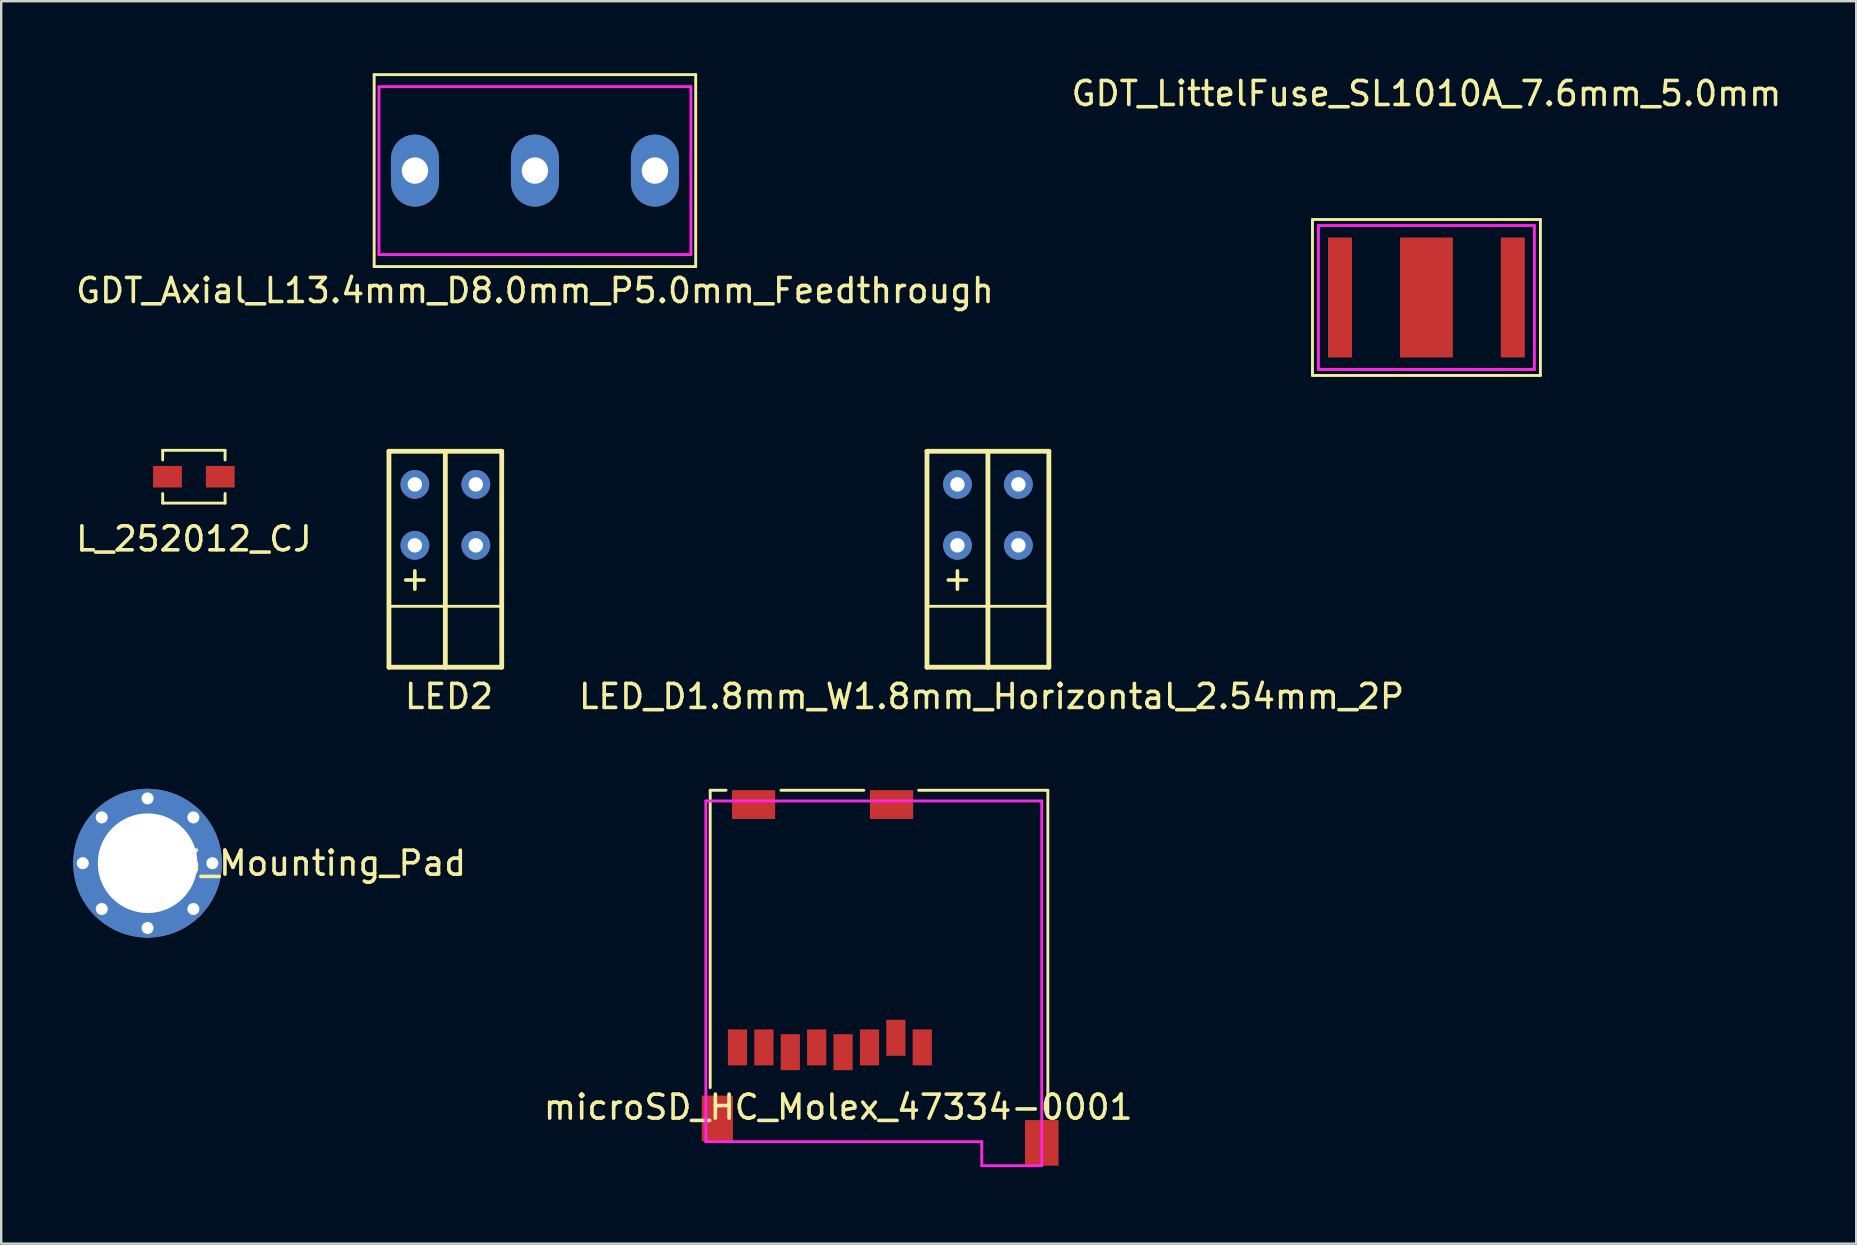
<source format=kicad_pcb>
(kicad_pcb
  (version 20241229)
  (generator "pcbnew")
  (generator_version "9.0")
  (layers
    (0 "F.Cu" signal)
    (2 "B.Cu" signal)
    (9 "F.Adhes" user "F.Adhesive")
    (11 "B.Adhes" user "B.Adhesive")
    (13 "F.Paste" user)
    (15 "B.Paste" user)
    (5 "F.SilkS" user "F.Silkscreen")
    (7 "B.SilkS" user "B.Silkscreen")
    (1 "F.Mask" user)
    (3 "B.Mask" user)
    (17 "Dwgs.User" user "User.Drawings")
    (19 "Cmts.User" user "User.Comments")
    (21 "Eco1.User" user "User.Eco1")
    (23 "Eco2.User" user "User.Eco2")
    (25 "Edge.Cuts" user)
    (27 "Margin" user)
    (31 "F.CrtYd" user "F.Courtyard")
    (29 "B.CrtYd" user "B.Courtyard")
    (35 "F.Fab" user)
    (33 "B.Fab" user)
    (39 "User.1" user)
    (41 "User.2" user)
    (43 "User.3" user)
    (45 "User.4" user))
  (footprint "LED_D1.8mm_W1.8mm_Horizontal_2.54mm_2P"
    (layer "F.Cu")
    (at 38.123 24.758)
    (property "Reference" "LED_D1.8mm_W1.8mm_Horizontal_2.54mm_2P" (at 0.152 1.219 0) (layer "F.SilkS") (effects (font (size 1 1) (thickness 0.15))))
    (attr through_hole)
    (fp_line (start -2.54 -9) (end 2.54 -9) (stroke (width 0.2) (type solid)) (layer "F.SilkS"))
    (fp_line (start -2.54 -2.54) (end 2.54 -2.54) (stroke (width 0.12) (type solid)) (layer "F.SilkS"))
    (fp_line (start -2.54 0) (end -2.54 -9) (stroke (width 0.2) (type solid)) (layer "F.SilkS"))
    (fp_line (start -2.54 0) (end 2.54 0) (stroke (width 0.2) (type solid)) (layer "F.SilkS"))
    (fp_line (start 0 0) (end 0 -9) (stroke (width 0.2) (type solid)) (layer "F.SilkS"))
    (fp_line (start 2.54 0) (end 2.54 -9) (stroke (width 0.2) (type solid)) (layer "F.SilkS"))
    (fp_text user "+" (at -1.27 -3.708 0) (layer "F.SilkS") (effects (font (size 1 1) (thickness 0.15))))
    (pad "1" thru_hole circle (at 1.27 -5.08) (size 1.2 1.2) (drill 0.6) (layers "*.Cu" "*.Mask"))
    (pad "2" thru_hole circle (at -1.27 -5.08) (size 1.2 1.2) (drill 0.6) (layers "*.Cu" "*.Mask"))
    (pad "3" thru_hole circle (at 1.27 -7.62) (size 1.2 1.2) (drill 0.6) (layers "*.Cu" "*.Mask"))
    (pad "4" thru_hole circle (at -1.27 -7.62) (size 1.2 1.2) (drill 0.6) (layers "*.Cu" "*.Mask")))
  (footprint "L_252012_CJ"
    (layer "F.Cu")
    (at 5.03 16.818)
    (property "Reference" "L_252012_CJ" (at 0 2.591 0) (layer "F.SilkS") (effects (font (size 1 1) (thickness 0.15))))
    (attr through_hole)
    (fp_line (start -1.3 -1.1) (end -1.3 -0.7) (stroke (width 0.12) (type solid)) (layer "F.SilkS"))
    (fp_line (start -1.3 1.1) (end -1.3 0.7) (stroke (width 0.12) (type solid)) (layer "F.SilkS"))
    (fp_line (start -1.3 1.1) (end 1.3 1.1) (stroke (width 0.12) (type solid)) (layer "F.SilkS"))
    (fp_line (start 1.3 -1.1) (end -1.3 -1.1) (stroke (width 0.12) (type solid)) (layer "F.SilkS"))
    (fp_line (start 1.3 -1.1) (end 1.3 -0.7) (stroke (width 0.12) (type solid)) (layer "F.SilkS"))
    (fp_line (start 1.3 1.1) (end 1.3 0.7) (stroke (width 0.12) (type solid)) (layer "F.SilkS"))
    (pad "1" smd rect (at -1.1 0) (size 1.2 0.9) (layers "F.Cu" "F.Mask" "F.Paste"))
    (pad "2" smd rect (at 1.1 0) (size 1.2 0.9) (layers "F.Cu" "F.Mask" "F.Paste")))
  (footprint "M3_Mounting_Pad"
    (layer "F.Cu")
    (at 3.1 32.926)
    (property "Reference" "M3_Mounting_Pad" (at 6.7 0 0) (layer "F.SilkS") (effects (font (size 1 1) (thickness 0.15))))
    (attr through_hole)
    (fp_circle (center -2.402 -0.995) (end -2.152 -0.995) (stroke (width 0.5) (type solid)) (fill no) (layer "F.Paste"))
    (fp_circle (center -2.402 0.995) (end -2.152 0.995) (stroke (width 0.5) (type solid)) (fill no) (layer "F.Paste"))
    (fp_circle (center -0.995 -2.402) (end -0.745 -2.402) (stroke (width 0.5) (type solid)) (fill no) (layer "F.Paste"))
    (fp_circle (center -0.995 2.402) (end -0.745 2.402) (stroke (width 0.5) (type solid)) (fill no) (layer "F.Paste"))
    (fp_circle (center 0.995 -2.402) (end 1.245 -2.402) (stroke (width 0.5) (type solid)) (fill no) (layer "F.Paste"))
    (fp_circle (center 0.995 2.402) (end 1.245 2.402) (stroke (width 0.5) (type solid)) (fill no) (layer "F.Paste"))
    (fp_circle (center 2.402 -0.995) (end 2.652 -0.995) (stroke (width 0.5) (type solid)) (fill no) (layer "F.Paste"))
    (fp_circle (center 2.402 0.995) (end 2.652 0.995) (stroke (width 0.5) (type solid)) (fill no) (layer "F.Paste"))
    (pad "1" thru_hole circle (at -2.7 0) (size 0.8 0.8) (drill 0.5) (layers "*.Cu" "*.Mask"))
    (pad "1" thru_hole circle (at -1.909 -1.909) (size 0.8 0.8) (drill 0.5) (layers "*.Cu" "*.Mask"))
    (pad "1" thru_hole circle (at -1.909 1.909) (size 0.8 0.8) (drill 0.5) (layers "*.Cu" "*.Mask"))
    (pad "1" thru_hole circle (at 0 -2.7) (size 0.8 0.8) (drill 0.5) (layers "*.Cu" "*.Mask"))
    (pad "1" thru_hole circle (at 0 0 180) (size 6.2 6.2) (drill 4.15) (layers "*.Cu" "*.Mask"))
    (pad "1" thru_hole circle (at 0 2.7) (size 0.8 0.8) (drill 0.5) (layers "*.Cu" "*.Mask"))
    (pad "1" thru_hole circle (at 1.909 -1.909) (size 0.8 0.8) (drill 0.5) (layers "*.Cu" "*.Mask"))
    (pad "1" thru_hole circle (at 1.909 1.909) (size 0.8 0.8) (drill 0.5) (layers "*.Cu" "*.Mask"))
    (pad "1" thru_hole circle (at 2.7 0) (size 0.8 0.8) (drill 0.5) (layers "*.Cu" "*.Mask")))
  (footprint "microSD_HC_Molex_47334-0001"
    (layer "F.Cu")
    (at 40.367 45.532)
    (property "Reference" "microSD_HC_Molex_47334-0001" (at -8.484 -2.438 0) (layer "F.SilkS") (effects (font (size 1 1) (thickness 0.15))))
    (attr smd)
    (fp_line (start -13.818 -15.646) (end -13.818 -3.251) (stroke (width 0.12) (type solid)) (layer "F.SilkS"))
    (fp_line (start -13.157 -15.646) (end -13.818 -15.646) (stroke (width 0.12) (type solid)) (layer "F.SilkS"))
    (fp_line (start -7.417 -15.646) (end -10.871 -15.646) (stroke (width 0.12) (type solid)) (layer "F.SilkS"))
    (fp_line (start -5.131 -15.646) (end 0.254 -15.646) (stroke (width 0.12) (type solid)) (layer "F.SilkS"))
    (fp_line (start 0.254 -15.646) (end 0.254 -2.184) (stroke (width 0.12) (type solid)) (layer "F.SilkS"))
    (fp_line (start -14 -1) (end -14 -15.2) (stroke (width 0.12) (type solid)) (layer "F.CrtYd"))
    (fp_line (start -2.5 -1) (end -14 -1) (stroke (width 0.12) (type solid)) (layer "F.CrtYd"))
    (fp_line (start -2.5 0) (end -2.5 -1) (stroke (width 0.12) (type solid)) (layer "F.CrtYd"))
    (fp_line (start 0 -15.2) (end -14 -15.2) (stroke (width 0.12) (type solid)) (layer "F.CrtYd"))
    (fp_line (start 0 -15.2) (end 0 0) (stroke (width 0.12) (type solid)) (layer "F.CrtYd"))
    (fp_line (start 0 0) (end -2.5 0) (stroke (width 0.12) (type solid)) (layer "F.CrtYd"))
    (pad "1" smd rect (at -4.98 -4.93) (size 0.8 1.5) (layers "F.Cu" "F.Mask" "F.Paste"))
    (pad "2" smd rect (at -6.08 -5.33) (size 0.8 1.5) (layers "F.Cu" "F.Mask" "F.Paste"))
    (pad "3" smd rect (at -7.18 -4.93) (size 0.8 1.5) (layers "F.Cu" "F.Mask" "F.Paste"))
    (pad "4" smd rect (at -8.28 -4.73) (size 0.8 1.5) (layers "F.Cu" "F.Mask" "F.Paste"))
    (pad "5" smd rect (at -9.38 -4.93) (size 0.8 1.5) (layers "F.Cu" "F.Mask" "F.Paste"))
    (pad "6" smd rect (at -10.48 -4.73) (size 0.8 1.5) (layers "F.Cu" "F.Mask" "F.Paste"))
    (pad "7" smd rect (at -11.58 -4.93) (size 0.8 1.5) (layers "F.Cu" "F.Mask" "F.Paste"))
    (pad "8" smd rect (at -12.68 -4.93) (size 0.8 1.5) (layers "F.Cu" "F.Mask" "F.Paste"))
    (pad "MP" smd rect (at -13.52 -1.97) (size 1.3 1.9) (layers "F.Cu" "F.Mask" "F.Paste"))
    (pad "MP" smd rect (at -12.01 -15.05) (size 1.8 1.2) (layers "F.Cu" "F.Mask" "F.Paste"))
    (pad "MP" smd rect (at -6.26 -15.05) (size 1.8 1.2) (layers "F.Cu" "F.Mask" "F.Paste"))
    (pad "MP" smd rect (at 0 -0.95) (size 1.4 1.9) (layers "F.Cu" "F.Mask" "F.Paste")))
  (footprint "GDT_LittelFuse_SL1010A_7.6mm_5.0mm"
    (layer "F.Cu")
    (at 56.399 9.348)
    (property "Reference" "GDT_LittelFuse_SL1010A_7.6mm_5.0mm" (at 0 -8.5 0) (layer "F.SilkS") (effects (font (size 1 1) (thickness 0.15))))
    (attr through_hole)
    (fp_line (start -4.75 -3.25) (end -4.75 3.25) (stroke (width 0.12) (type solid)) (layer "F.SilkS"))
    (fp_line (start -4.75 3.25) (end 4.75 3.25) (stroke (width 0.12) (type solid)) (layer "F.SilkS"))
    (fp_line (start 4.75 -3.25) (end -4.75 -3.25) (stroke (width 0.12) (type solid)) (layer "F.SilkS"))
    (fp_line (start 4.75 3.25) (end 4.75 -3.25) (stroke (width 0.12) (type solid)) (layer "F.SilkS"))
    (fp_line (start -4.5 -3) (end -4.5 3) (stroke (width 0.12) (type solid)) (layer "F.CrtYd"))
    (fp_line (start -4.5 3) (end 4.5 3) (stroke (width 0.12) (type solid)) (layer "F.CrtYd"))
    (fp_line (start 4.5 -3) (end -4.5 -3) (stroke (width 0.12) (type solid)) (layer "F.CrtYd"))
    (fp_line (start 4.5 3) (end 4.5 -3) (stroke (width 0.12) (type solid)) (layer "F.CrtYd"))
    (pad "1" smd rect (at -3.6 0) (size 1 5) (layers "F.Cu" "F.Mask" "F.Paste"))
    (pad "2" smd rect (at 0 0) (size 2.2 5) (layers "F.Cu" "F.Mask" "F.Paste"))
    (pad "3" smd rect (at 3.6 0) (size 1 5) (layers "F.Cu" "F.Mask" "F.Paste")))
  (footprint "GDT_Axial_L13.4mm_D8.0mm_P5.0mm_Feedthrough"
    (layer "F.Cu")
    (at 19.244 4.06)
    (property "Reference" "GDT_Axial_L13.4mm_D8.0mm_P5.0mm_Feedthrough" (at 0 5 0) (layer "F.SilkS") (effects (font (size 1 1) (thickness 0.15))))
    (attr through_hole)
    (fp_line (start -6.7 -4) (end 6.7 -4) (stroke (width 0.12) (type solid)) (layer "F.SilkS"))
    (fp_line (start -6.7 4) (end -6.7 -4) (stroke (width 0.12) (type solid)) (layer "F.SilkS"))
    (fp_line (start 6.7 -4) (end 6.7 4) (stroke (width 0.12) (type solid)) (layer "F.SilkS"))
    (fp_line (start 6.7 4) (end -6.7 4) (stroke (width 0.12) (type solid)) (layer "F.SilkS"))
    (fp_line (start -6.5 -3.5) (end -6.5 3.5) (stroke (width 0.12) (type solid)) (layer "F.CrtYd"))
    (fp_line (start -6.5 3.5) (end 6.5 3.5) (stroke (width 0.12) (type solid)) (layer "F.CrtYd"))
    (fp_line (start 6.5 -3.5) (end -6.5 -3.5) (stroke (width 0.12) (type solid)) (layer "F.CrtYd"))
    (fp_line (start 6.5 3.5) (end 6.5 -3.5) (stroke (width 0.12) (type solid)) (layer "F.CrtYd"))
    (pad "1" thru_hole oval (at -5 0) (size 2 3) (drill 1.1) (layers "*.Cu" "*.Mask"))
    (pad "2" thru_hole oval (at 0 0) (size 2 3) (drill 1.1) (layers "*.Cu" "*.Mask"))
    (pad "3" thru_hole oval (at 5 0) (size 2 3) (drill 1.1) (layers "*.Cu" "*.Mask")))
  (footprint "LED2"
    (layer "F.Cu")
    (at 15.51 24.758)
    (property "Reference" "LED2" (at 0.152 1.219 0) (layer "F.SilkS") (effects (font (size 1 1) (thickness 0.15))))
    (attr through_hole)
    (fp_line (start -2.35 0) (end -2.35 -9) (stroke (width 0.2) (type solid)) (layer "F.SilkS"))
    (fp_line (start -2.349 -9) (end 2.349 -9) (stroke (width 0.2) (type solid)) (layer "F.SilkS"))
    (fp_line (start -2.347 -2.54) (end 2.352 -2.54) (stroke (width 0.12) (type solid)) (layer "F.SilkS"))
    (fp_line (start -2.347 0) (end 2.349 0) (stroke (width 0.2) (type solid)) (layer "F.SilkS"))
    (fp_line (start 0 0) (end 0 -9) (stroke (width 0.2) (type solid)) (layer "F.SilkS"))
    (fp_line (start 2.35 0) (end 2.35 -9) (stroke (width 0.2) (type solid)) (layer "F.SilkS"))
    (fp_text user "+" (at -1.27 -3.708 0) (layer "F.SilkS") (effects (font (size 1 1) (thickness 0.15))))
    (pad "1" thru_hole circle (at 1.27 -5.08) (size 1.2 1.2) (drill 0.6) (layers "*.Cu" "*.Mask"))
    (pad "2" thru_hole circle (at -1.27 -5.08) (size 1.2 1.2) (drill 0.6) (layers "*.Cu" "*.Mask"))
    (pad "3" thru_hole circle (at 1.27 -7.62) (size 1.2 1.2) (drill 0.6) (layers "*.Cu" "*.Mask"))
    (pad "4" thru_hole circle (at -1.27 -7.62) (size 1.2 1.2) (drill 0.6) (layers "*.Cu" "*.Mask")))
  (gr_rect
    (start -3 -3)
    (end 74.31 48.782)
    (stroke (width 0.1) (type default))
    (fill no)
    (layer "Edge.Cuts")))
</source>
